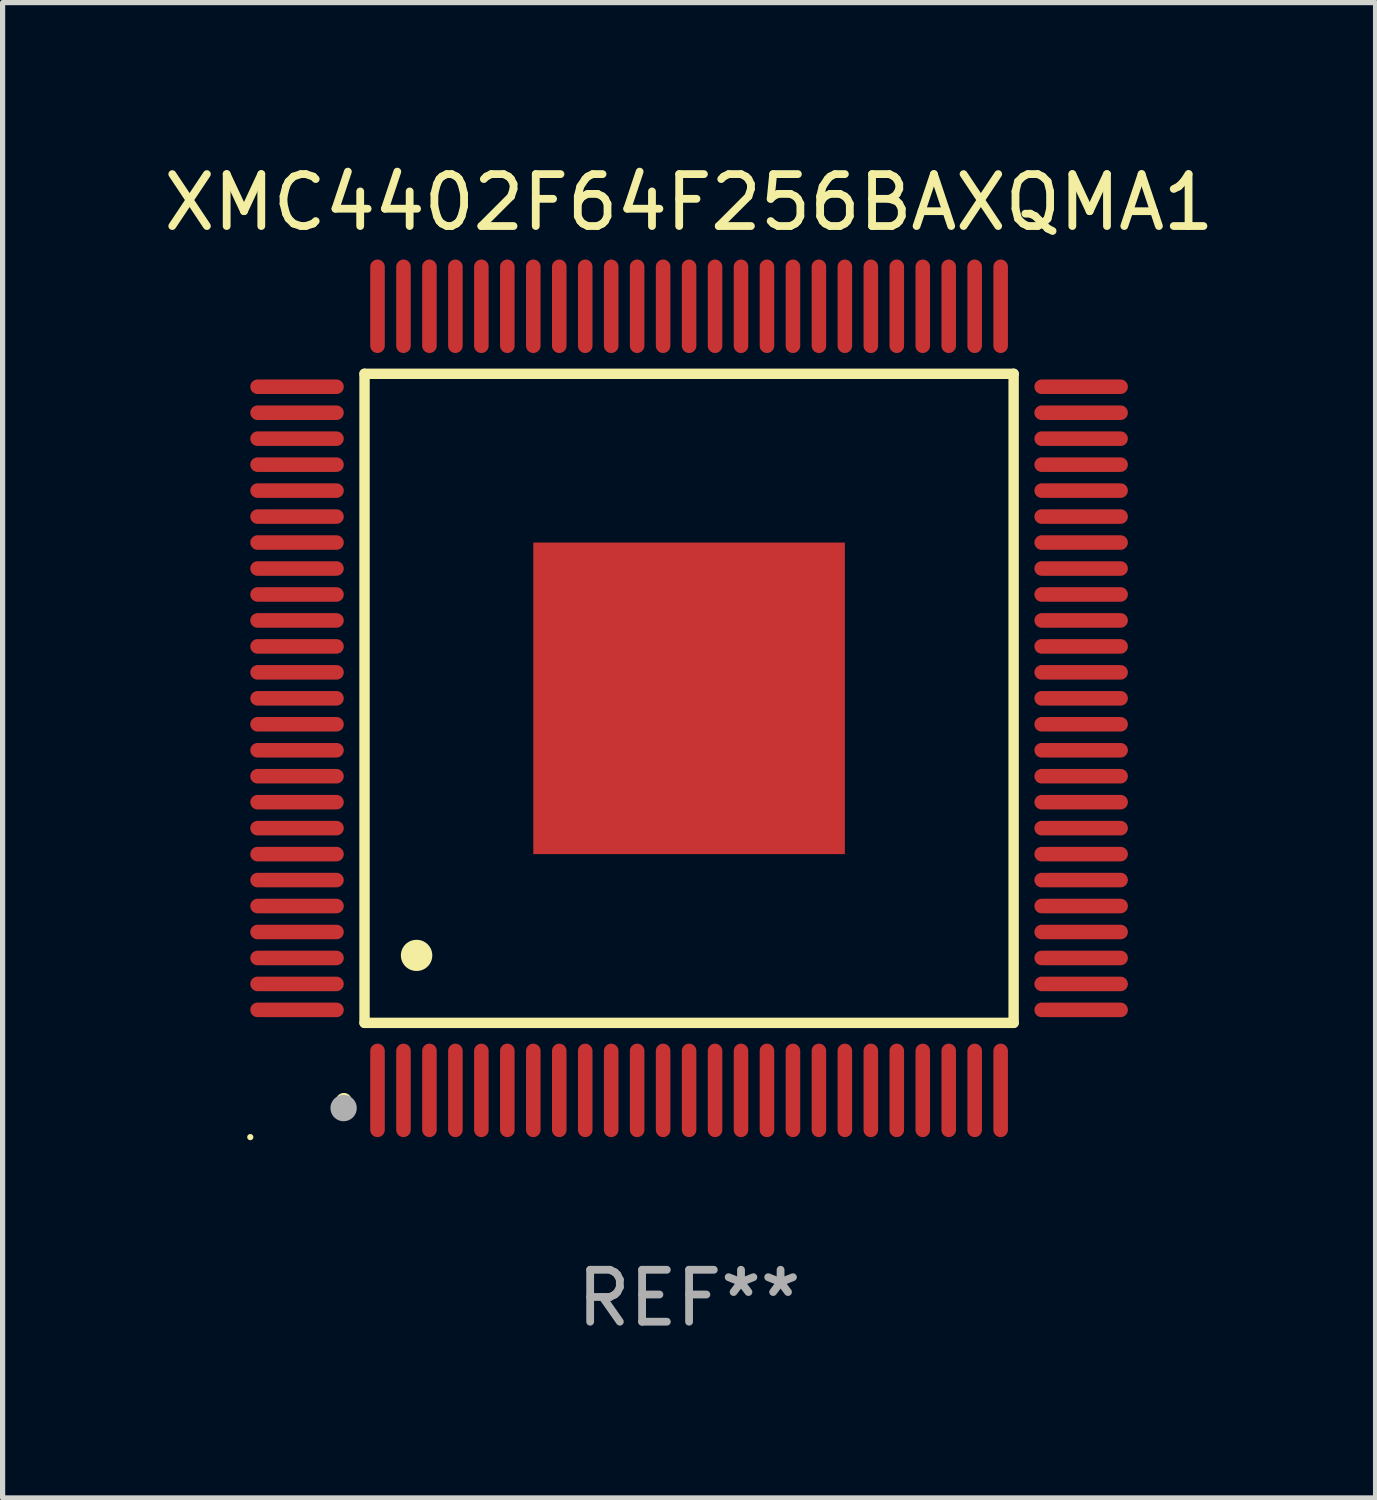
<source format=kicad_pcb>
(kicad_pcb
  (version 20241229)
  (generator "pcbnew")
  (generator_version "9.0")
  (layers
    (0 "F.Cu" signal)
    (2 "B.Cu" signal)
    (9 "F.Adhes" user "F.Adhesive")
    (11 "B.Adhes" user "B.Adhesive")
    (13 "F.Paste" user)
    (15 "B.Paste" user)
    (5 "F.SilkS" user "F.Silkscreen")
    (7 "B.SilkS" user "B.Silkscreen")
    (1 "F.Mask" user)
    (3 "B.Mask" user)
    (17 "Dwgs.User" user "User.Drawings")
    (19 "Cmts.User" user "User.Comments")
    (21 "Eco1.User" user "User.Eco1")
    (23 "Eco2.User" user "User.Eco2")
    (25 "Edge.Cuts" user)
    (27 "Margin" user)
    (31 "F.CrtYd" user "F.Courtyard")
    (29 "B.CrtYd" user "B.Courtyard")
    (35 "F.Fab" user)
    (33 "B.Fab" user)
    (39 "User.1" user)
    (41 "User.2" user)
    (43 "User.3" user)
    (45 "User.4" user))
  (footprint "XMC4402F64F256BAXQMA1"
    (layer "F.Cu")
    (at 10.22 10.398)
    (property "Reference" "XMC4402F64F256BAXQMA1" (at 0 -9.55 0) (layer "F.SilkS") (effects (font (size 1 1) (thickness 0.15))))
    (attr through_hole)
    (fp_line (start -6.25 -6.25) (end -6.25 6.25) (stroke (width 0.2) (type solid)) (layer "F.SilkS"))
    (fp_line (start -6.25 6.25) (end 6.25 6.25) (stroke (width 0.2) (type solid)) (layer "F.SilkS"))
    (fp_line (start 6.25 -6.25) (end -6.25 -6.25) (stroke (width 0.2) (type solid)) (layer "F.SilkS"))
    (fp_line (start 6.25 6.25) (end 6.25 -6.25) (stroke (width 0.2) (type solid)) (layer "F.SilkS"))
    (fp_arc (start -6.649733 7.749555) (mid -6.648463 7.74955) (end -6.647193 7.749555) (stroke (width 0.3) (type solid)) (layer "F.SilkS"))
    (fp_arc (start -5.250191 4.95047) (mid -5.247651 4.950459) (end -5.245111 4.95047) (stroke (width 0.6) (type solid)) (layer "F.SilkS"))
    (fp_circle (center -8.45 8.45) (end -8.42 8.45) (stroke (width 0.06) (type solid)) (fill no) (layer "F.SilkS"))
    (fp_circle (center -6.653 7.891) (end -6.526 7.891) (stroke (width 0.254) (type solid)) (fill no) (layer "F.Fab"))
    (fp_text user "REF**" (at 0 11.55 0) (layer "F.Fab") (effects (font (size 1 1) (thickness 0.15))))
    (pad "1" smd oval (at -6 7.55 180) (size 0.28 1.8) (layers "F.Cu" "F.Mask" "F.Paste"))
    (pad "2" smd oval (at -5.5 7.55 180) (size 0.28 1.8) (layers "F.Cu" "F.Mask" "F.Paste"))
    (pad "3" smd oval (at -5 7.55 180) (size 0.28 1.8) (layers "F.Cu" "F.Mask" "F.Paste"))
    (pad "4" smd oval (at -4.5 7.55 180) (size 0.28 1.8) (layers "F.Cu" "F.Mask" "F.Paste"))
    (pad "5" smd oval (at -4 7.55 180) (size 0.28 1.8) (layers "F.Cu" "F.Mask" "F.Paste"))
    (pad "6" smd oval (at -3.5 7.55 180) (size 0.28 1.8) (layers "F.Cu" "F.Mask" "F.Paste"))
    (pad "7" smd oval (at -3 7.55 180) (size 0.28 1.8) (layers "F.Cu" "F.Mask" "F.Paste"))
    (pad "8" smd oval (at -2.5 7.55 180) (size 0.28 1.8) (layers "F.Cu" "F.Mask" "F.Paste"))
    (pad "9" smd oval (at -2 7.55 180) (size 0.28 1.8) (layers "F.Cu" "F.Mask" "F.Paste"))
    (pad "10" smd oval (at -1.5 7.55 180) (size 0.28 1.8) (layers "F.Cu" "F.Mask" "F.Paste"))
    (pad "11" smd oval (at -1 7.55 180) (size 0.28 1.8) (layers "F.Cu" "F.Mask" "F.Paste"))
    (pad "12" smd oval (at -0.5 7.55 180) (size 0.28 1.8) (layers "F.Cu" "F.Mask" "F.Paste"))
    (pad "13" smd oval (at 0 7.55 180) (size 0.28 1.8) (layers "F.Cu" "F.Mask" "F.Paste"))
    (pad "14" smd oval (at 0.5 7.55 180) (size 0.28 1.8) (layers "F.Cu" "F.Mask" "F.Paste"))
    (pad "15" smd oval (at 1 7.55 180) (size 0.28 1.8) (layers "F.Cu" "F.Mask" "F.Paste"))
    (pad "16" smd oval (at 1.5 7.55 180) (size 0.28 1.8) (layers "F.Cu" "F.Mask" "F.Paste"))
    (pad "17" smd oval (at 2 7.55 180) (size 0.28 1.8) (layers "F.Cu" "F.Mask" "F.Paste"))
    (pad "18" smd oval (at 2.5 7.55 180) (size 0.28 1.8) (layers "F.Cu" "F.Mask" "F.Paste"))
    (pad "19" smd oval (at 3 7.55 180) (size 0.28 1.8) (layers "F.Cu" "F.Mask" "F.Paste"))
    (pad "20" smd oval (at 3.5 7.55 180) (size 0.28 1.8) (layers "F.Cu" "F.Mask" "F.Paste"))
    (pad "21" smd oval (at 4 7.55 180) (size 0.28 1.8) (layers "F.Cu" "F.Mask" "F.Paste"))
    (pad "22" smd oval (at 4.5 7.55 180) (size 0.28 1.8) (layers "F.Cu" "F.Mask" "F.Paste"))
    (pad "23" smd oval (at 5 7.55 180) (size 0.28 1.8) (layers "F.Cu" "F.Mask" "F.Paste"))
    (pad "24" smd oval (at 5.5 7.55 180) (size 0.28 1.8) (layers "F.Cu" "F.Mask" "F.Paste"))
    (pad "25" smd oval (at 6 7.55 180) (size 0.28 1.8) (layers "F.Cu" "F.Mask" "F.Paste"))
    (pad "26" smd oval (at 7.55 6 90) (size 0.28 1.8) (layers "F.Cu" "F.Mask" "F.Paste"))
    (pad "27" smd oval (at 7.55 5.5 90) (size 0.28 1.8) (layers "F.Cu" "F.Mask" "F.Paste"))
    (pad "28" smd oval (at 7.55 5 90) (size 0.28 1.8) (layers "F.Cu" "F.Mask" "F.Paste"))
    (pad "29" smd oval (at 7.55 4.5 90) (size 0.28 1.8) (layers "F.Cu" "F.Mask" "F.Paste"))
    (pad "30" smd oval (at 7.55 4 90) (size 0.28 1.8) (layers "F.Cu" "F.Mask" "F.Paste"))
    (pad "31" smd oval (at 7.55 3.5 90) (size 0.28 1.8) (layers "F.Cu" "F.Mask" "F.Paste"))
    (pad "32" smd oval (at 7.55 3 90) (size 0.28 1.8) (layers "F.Cu" "F.Mask" "F.Paste"))
    (pad "33" smd oval (at 7.55 2.5 90) (size 0.28 1.8) (layers "F.Cu" "F.Mask" "F.Paste"))
    (pad "34" smd oval (at 7.55 2 90) (size 0.28 1.8) (layers "F.Cu" "F.Mask" "F.Paste"))
    (pad "35" smd oval (at 7.55 1.5 90) (size 0.28 1.8) (layers "F.Cu" "F.Mask" "F.Paste"))
    (pad "36" smd oval (at 7.55 1 90) (size 0.28 1.8) (layers "F.Cu" "F.Mask" "F.Paste"))
    (pad "37" smd oval (at 7.55 0.5 90) (size 0.28 1.8) (layers "F.Cu" "F.Mask" "F.Paste"))
    (pad "38" smd oval (at 7.55 0 90) (size 0.28 1.8) (layers "F.Cu" "F.Mask" "F.Paste"))
    (pad "39" smd oval (at 7.55 -0.5 90) (size 0.28 1.8) (layers "F.Cu" "F.Mask" "F.Paste"))
    (pad "40" smd oval (at 7.55 -1 90) (size 0.28 1.8) (layers "F.Cu" "F.Mask" "F.Paste"))
    (pad "41" smd oval (at 7.55 -1.5 90) (size 0.28 1.8) (layers "F.Cu" "F.Mask" "F.Paste"))
    (pad "42" smd oval (at 7.55 -2 90) (size 0.28 1.8) (layers "F.Cu" "F.Mask" "F.Paste"))
    (pad "43" smd oval (at 7.55 -2.5 90) (size 0.28 1.8) (layers "F.Cu" "F.Mask" "F.Paste"))
    (pad "44" smd oval (at 7.55 -3 90) (size 0.28 1.8) (layers "F.Cu" "F.Mask" "F.Paste"))
    (pad "45" smd oval (at 7.55 -3.5 90) (size 0.28 1.8) (layers "F.Cu" "F.Mask" "F.Paste"))
    (pad "46" smd oval (at 7.55 -4 90) (size 0.28 1.8) (layers "F.Cu" "F.Mask" "F.Paste"))
    (pad "47" smd oval (at 7.55 -4.5 90) (size 0.28 1.8) (layers "F.Cu" "F.Mask" "F.Paste"))
    (pad "48" smd oval (at 7.55 -5 90) (size 0.28 1.8) (layers "F.Cu" "F.Mask" "F.Paste"))
    (pad "49" smd oval (at 7.55 -5.5 90) (size 0.28 1.8) (layers "F.Cu" "F.Mask" "F.Paste"))
    (pad "50" smd oval (at 7.55 -6 90) (size 0.28 1.8) (layers "F.Cu" "F.Mask" "F.Paste"))
    (pad "51" smd oval (at 6 -7.55 180) (size 0.28 1.8) (layers "F.Cu" "F.Mask" "F.Paste"))
    (pad "52" smd oval (at 5.5 -7.55 180) (size 0.28 1.8) (layers "F.Cu" "F.Mask" "F.Paste"))
    (pad "53" smd oval (at 5 -7.55 180) (size 0.28 1.8) (layers "F.Cu" "F.Mask" "F.Paste"))
    (pad "54" smd oval (at 4.5 -7.55 180) (size 0.28 1.8) (layers "F.Cu" "F.Mask" "F.Paste"))
    (pad "55" smd oval (at 4 -7.55 180) (size 0.28 1.8) (layers "F.Cu" "F.Mask" "F.Paste"))
    (pad "56" smd oval (at 3.5 -7.55 180) (size 0.28 1.8) (layers "F.Cu" "F.Mask" "F.Paste"))
    (pad "57" smd oval (at 3 -7.55 180) (size 0.28 1.8) (layers "F.Cu" "F.Mask" "F.Paste"))
    (pad "58" smd oval (at 2.5 -7.55 180) (size 0.28 1.8) (layers "F.Cu" "F.Mask" "F.Paste"))
    (pad "59" smd oval (at 2 -7.55 180) (size 0.28 1.8) (layers "F.Cu" "F.Mask" "F.Paste"))
    (pad "60" smd oval (at 1.5 -7.55 180) (size 0.28 1.8) (layers "F.Cu" "F.Mask" "F.Paste"))
    (pad "61" smd oval (at 1 -7.55 180) (size 0.28 1.8) (layers "F.Cu" "F.Mask" "F.Paste"))
    (pad "62" smd oval (at 0.5 -7.55 180) (size 0.28 1.8) (layers "F.Cu" "F.Mask" "F.Paste"))
    (pad "63" smd oval (at 0 -7.55 180) (size 0.28 1.8) (layers "F.Cu" "F.Mask" "F.Paste"))
    (pad "64" smd oval (at -0.5 -7.55 180) (size 0.28 1.8) (layers "F.Cu" "F.Mask" "F.Paste"))
    (pad "65" smd oval (at -1 -7.55 180) (size 0.28 1.8) (layers "F.Cu" "F.Mask" "F.Paste"))
    (pad "66" smd oval (at -1.5 -7.55 180) (size 0.28 1.8) (layers "F.Cu" "F.Mask" "F.Paste"))
    (pad "67" smd oval (at -2 -7.55 180) (size 0.28 1.8) (layers "F.Cu" "F.Mask" "F.Paste"))
    (pad "68" smd oval (at -2.5 -7.55 180) (size 0.28 1.8) (layers "F.Cu" "F.Mask" "F.Paste"))
    (pad "69" smd oval (at -3 -7.55 180) (size 0.28 1.8) (layers "F.Cu" "F.Mask" "F.Paste"))
    (pad "70" smd oval (at -3.5 -7.55 180) (size 0.28 1.8) (layers "F.Cu" "F.Mask" "F.Paste"))
    (pad "71" smd oval (at -4 -7.55 180) (size 0.28 1.8) (layers "F.Cu" "F.Mask" "F.Paste"))
    (pad "72" smd oval (at -4.5 -7.55 180) (size 0.28 1.8) (layers "F.Cu" "F.Mask" "F.Paste"))
    (pad "73" smd oval (at -5 -7.55 180) (size 0.28 1.8) (layers "F.Cu" "F.Mask" "F.Paste"))
    (pad "74" smd oval (at -5.5 -7.55 180) (size 0.28 1.8) (layers "F.Cu" "F.Mask" "F.Paste"))
    (pad "75" smd oval (at -6 -7.55 180) (size 0.28 1.8) (layers "F.Cu" "F.Mask" "F.Paste"))
    (pad "76" smd oval (at -7.55 -6 90) (size 0.28 1.8) (layers "F.Cu" "F.Mask" "F.Paste"))
    (pad "77" smd oval (at -7.55 -5.5 90) (size 0.28 1.8) (layers "F.Cu" "F.Mask" "F.Paste"))
    (pad "78" smd oval (at -7.55 -5 90) (size 0.28 1.8) (layers "F.Cu" "F.Mask" "F.Paste"))
    (pad "79" smd oval (at -7.55 -4.5 90) (size 0.28 1.8) (layers "F.Cu" "F.Mask" "F.Paste"))
    (pad "80" smd oval (at -7.55 -4 90) (size 0.28 1.8) (layers "F.Cu" "F.Mask" "F.Paste"))
    (pad "81" smd oval (at -7.55 -3.5 90) (size 0.28 1.8) (layers "F.Cu" "F.Mask" "F.Paste"))
    (pad "82" smd oval (at -7.55 -3 90) (size 0.28 1.8) (layers "F.Cu" "F.Mask" "F.Paste"))
    (pad "83" smd oval (at -7.55 -2.5 90) (size 0.28 1.8) (layers "F.Cu" "F.Mask" "F.Paste"))
    (pad "84" smd oval (at -7.55 -2 90) (size 0.28 1.8) (layers "F.Cu" "F.Mask" "F.Paste"))
    (pad "85" smd oval (at -7.55 -1.5 90) (size 0.28 1.8) (layers "F.Cu" "F.Mask" "F.Paste"))
    (pad "86" smd oval (at -7.55 -1 90) (size 0.28 1.8) (layers "F.Cu" "F.Mask" "F.Paste"))
    (pad "87" smd oval (at -7.55 -0.5 90) (size 0.28 1.8) (layers "F.Cu" "F.Mask" "F.Paste"))
    (pad "88" smd oval (at -7.55 0 90) (size 0.28 1.8) (layers "F.Cu" "F.Mask" "F.Paste"))
    (pad "89" smd oval (at -7.55 0.5 90) (size 0.28 1.8) (layers "F.Cu" "F.Mask" "F.Paste"))
    (pad "90" smd oval (at -7.55 1 90) (size 0.28 1.8) (layers "F.Cu" "F.Mask" "F.Paste"))
    (pad "91" smd oval (at -7.55 1.5 90) (size 0.28 1.8) (layers "F.Cu" "F.Mask" "F.Paste"))
    (pad "92" smd oval (at -7.55 2 90) (size 0.28 1.8) (layers "F.Cu" "F.Mask" "F.Paste"))
    (pad "93" smd oval (at -7.55 2.5 90) (size 0.28 1.8) (layers "F.Cu" "F.Mask" "F.Paste"))
    (pad "94" smd oval (at -7.55 3 90) (size 0.28 1.8) (layers "F.Cu" "F.Mask" "F.Paste"))
    (pad "95" smd oval (at -7.55 3.5 90) (size 0.28 1.8) (layers "F.Cu" "F.Mask" "F.Paste"))
    (pad "96" smd oval (at -7.55 4 90) (size 0.28 1.8) (layers "F.Cu" "F.Mask" "F.Paste"))
    (pad "97" smd oval (at -7.55 4.5 90) (size 0.28 1.8) (layers "F.Cu" "F.Mask" "F.Paste"))
    (pad "98" smd oval (at -7.55 5 90) (size 0.28 1.8) (layers "F.Cu" "F.Mask" "F.Paste"))
    (pad "99" smd oval (at -7.55 5.5 90) (size 0.28 1.8) (layers "F.Cu" "F.Mask" "F.Paste"))
    (pad "100" smd oval (at -7.55 6 90) (size 0.28 1.8) (layers "F.Cu" "F.Mask" "F.Paste"))
    (pad "101" smd rect (at 0 0) (size 6 6) (layers "F.Cu" "F.Mask" "F.Paste")))
  (gr_rect
    (start -3 -3)
    (end 23.44 25.796)
    (stroke (width 0.1) (type default))
    (fill no)
    (layer "Edge.Cuts")))
</source>
